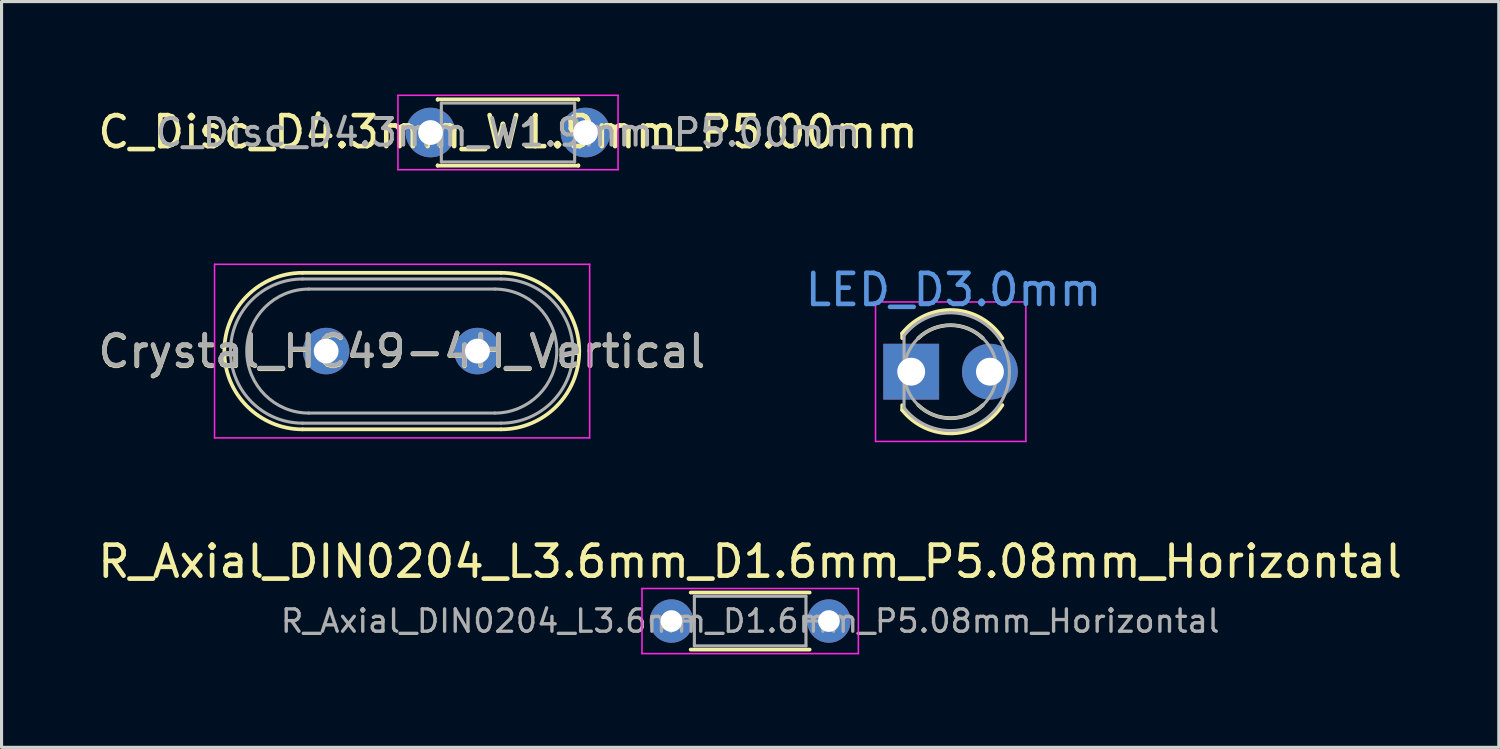
<source format=kicad_pcb>
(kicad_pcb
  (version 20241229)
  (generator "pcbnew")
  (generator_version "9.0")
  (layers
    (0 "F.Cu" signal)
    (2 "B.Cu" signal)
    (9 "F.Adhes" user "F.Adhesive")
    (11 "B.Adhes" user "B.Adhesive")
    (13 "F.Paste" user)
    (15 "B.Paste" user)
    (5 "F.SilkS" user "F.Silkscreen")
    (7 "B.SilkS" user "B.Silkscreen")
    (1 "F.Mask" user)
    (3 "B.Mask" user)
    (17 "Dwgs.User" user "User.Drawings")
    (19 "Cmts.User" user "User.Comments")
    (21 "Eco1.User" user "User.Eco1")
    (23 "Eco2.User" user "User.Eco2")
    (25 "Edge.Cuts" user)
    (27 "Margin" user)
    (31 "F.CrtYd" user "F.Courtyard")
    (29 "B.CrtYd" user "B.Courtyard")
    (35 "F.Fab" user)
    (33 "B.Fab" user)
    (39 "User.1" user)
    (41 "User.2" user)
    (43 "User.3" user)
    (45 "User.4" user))
  (footprint "Crystal_HC49-4H_Vertical"
    (layer "F.Cu")
    (at 7.471 8.275)
    (property "Reference" "Crystal_HC49-4H_Vertical" (at 2.44 0.019 0) (layer "F.SilkS") (effects (font (size 1 1) (thickness 0.15))))
    (attr through_hole)
    (fp_line (start -0.76 -2.525) (end 5.64 -2.525) (stroke (width 0.12) (type solid)) (layer "F.SilkS"))
    (fp_line (start -0.76 2.525) (end 5.64 2.525) (stroke (width 0.12) (type solid)) (layer "F.SilkS"))
    (fp_arc (start -0.76 2.525) (mid -3.285 0) (end -0.76 -2.525) (stroke (width 0.12) (type solid)) (layer "F.SilkS"))
    (fp_arc (start 5.64 -2.525) (mid 8.165 0) (end 5.64 2.525) (stroke (width 0.12) (type solid)) (layer "F.SilkS"))
    (fp_line (start -3.6 -2.8) (end -3.6 2.8) (stroke (width 0.05) (type solid)) (layer "F.CrtYd"))
    (fp_line (start -3.6 2.8) (end 8.5 2.8) (stroke (width 0.05) (type solid)) (layer "F.CrtYd"))
    (fp_line (start 8.5 -2.8) (end -3.6 -2.8) (stroke (width 0.05) (type solid)) (layer "F.CrtYd"))
    (fp_line (start 8.5 2.8) (end 8.5 -2.8) (stroke (width 0.05) (type solid)) (layer "F.CrtYd"))
    (fp_line (start -0.76 -2.325) (end 5.64 -2.325) (stroke (width 0.1) (type solid)) (layer "F.Fab"))
    (fp_line (start -0.76 2.325) (end 5.64 2.325) (stroke (width 0.1) (type solid)) (layer "F.Fab"))
    (fp_line (start -0.56 -2) (end 5.44 -2) (stroke (width 0.1) (type solid)) (layer "F.Fab"))
    (fp_line (start -0.56 2) (end 5.44 2) (stroke (width 0.1) (type solid)) (layer "F.Fab"))
    (fp_arc (start -0.76 2.325) (mid -3.085 0) (end -0.76 -2.325) (stroke (width 0.1) (type solid)) (layer "F.Fab"))
    (fp_arc (start -0.56 2) (mid -2.56 0) (end -0.56 -2) (stroke (width 0.1) (type solid)) (layer "F.Fab"))
    (fp_arc (start 5.44 -2) (mid 7.44 0) (end 5.44 2) (stroke (width 0.1) (type solid)) (layer "F.Fab"))
    (fp_arc (start 5.64 -2.325) (mid 7.965 0) (end 5.64 2.325) (stroke (width 0.1) (type solid)) (layer "F.Fab"))
    (fp_text user "${REFERENCE}" (at 2.44 0 0) (layer "F.Fab") (effects (font (size 1 1) (thickness 0.15))))
    (pad "1" thru_hole circle (at 0 0) (size 1.5 1.5) (drill 0.8) (layers "*.Cu" "*.Mask"))
    (pad "2" thru_hole circle (at 4.88 0) (size 1.5 1.5) (drill 0.8) (layers "*.Cu" "*.Mask")))
  (footprint "LED_D3.0mm"
    (layer "F.Cu")
    (at 26.343 8.94)
    (property "Reference" "LED_D3.0mm" (at 1.365 -2.642 0) (layer "Cmts.User") (effects (font (size 1 1) (thickness 0.15))))
    (attr through_hole)
    (fp_line (start -0.29 -1.236) (end -0.29 -1.08) (stroke (width 0.12) (type solid)) (layer "F.SilkS"))
    (fp_line (start -0.29 1.08) (end -0.29 1.236) (stroke (width 0.12) (type solid)) (layer "F.SilkS"))
    (fp_arc (start -0.29 -1.235516) (mid 1.366487 -1.987659) (end 2.942335 -1.078608) (stroke (width 0.12) (type solid)) (layer "F.SilkS"))
    (fp_arc (start 0.229039 -1.08) (mid 1.270117 -1.5) (end 2.31113 -1.079837) (stroke (width 0.12) (type solid)) (layer "F.SilkS"))
    (fp_arc (start 2.31113 1.079837) (mid 1.270117 1.5) (end 0.229039 1.08) (stroke (width 0.12) (type solid)) (layer "F.SilkS"))
    (fp_arc (start 2.942335 1.078608) (mid 1.366487 1.987659) (end -0.29 1.235516) (stroke (width 0.12) (type solid)) (layer "F.SilkS"))
    (fp_line (start -1.15 -2.25) (end -1.15 2.25) (stroke (width 0.05) (type solid)) (layer "F.CrtYd"))
    (fp_line (start -1.15 2.25) (end 3.7 2.25) (stroke (width 0.05) (type solid)) (layer "F.CrtYd"))
    (fp_line (start 3.7 -2.25) (end -1.15 -2.25) (stroke (width 0.05) (type solid)) (layer "F.CrtYd"))
    (fp_line (start 3.7 2.25) (end 3.7 -2.25) (stroke (width 0.05) (type solid)) (layer "F.CrtYd"))
    (fp_line (start -0.23 -1.166) (end -0.23 1.166) (stroke (width 0.1) (type solid)) (layer "F.Fab"))
    (fp_arc (start -0.23 -1.16619) (mid 3.17 0.000452) (end -0.230555 1.165476) (stroke (width 0.1) (type solid)) (layer "F.Fab"))
    (fp_circle (center 1.27 0) (end 2.77 0) (stroke (width 0.1) (type solid)) (fill no) (layer "F.Fab"))
    (pad "1" thru_hole rect (at 0 0) (size 1.8 1.8) (drill 0.9) (layers "*.Cu" "*.Mask"))
    (pad "2" thru_hole circle (at 2.54 0) (size 1.8 1.8) (drill 0.9) (layers "*.Cu" "*.Mask")))
  (footprint "R_Axial_DIN0204_L3.6mm_D1.6mm_P5.08mm_Horizontal"
    (layer "F.Cu")
    (at 18.609 16.984)
    (property "Reference" "R_Axial_DIN0204_L3.6mm_D1.6mm_P5.08mm_Horizontal" (at 2.54 -1.92 0) (layer "F.SilkS") (effects (font (size 1 1) (thickness 0.15))))
    (attr through_hole)
    (fp_line (start 0.62 -0.92) (end 4.46 -0.92) (stroke (width 0.12) (type solid)) (layer "F.SilkS"))
    (fp_line (start 0.62 0.92) (end 4.46 0.92) (stroke (width 0.12) (type solid)) (layer "F.SilkS"))
    (fp_line (start -0.95 -1.05) (end -0.95 1.05) (stroke (width 0.05) (type solid)) (layer "F.CrtYd"))
    (fp_line (start -0.95 1.05) (end 6.03 1.05) (stroke (width 0.05) (type solid)) (layer "F.CrtYd"))
    (fp_line (start 6.03 -1.05) (end -0.95 -1.05) (stroke (width 0.05) (type solid)) (layer "F.CrtYd"))
    (fp_line (start 6.03 1.05) (end 6.03 -1.05) (stroke (width 0.05) (type solid)) (layer "F.CrtYd"))
    (fp_line (start 0 0) (end 0.74 0) (stroke (width 0.1) (type solid)) (layer "F.Fab"))
    (fp_line (start 0.74 -0.8) (end 0.74 0.8) (stroke (width 0.1) (type solid)) (layer "F.Fab"))
    (fp_line (start 0.74 0.8) (end 4.34 0.8) (stroke (width 0.1) (type solid)) (layer "F.Fab"))
    (fp_line (start 4.34 -0.8) (end 0.74 -0.8) (stroke (width 0.1) (type solid)) (layer "F.Fab"))
    (fp_line (start 4.34 0.8) (end 4.34 -0.8) (stroke (width 0.1) (type solid)) (layer "F.Fab"))
    (fp_line (start 5.08 0) (end 4.34 0) (stroke (width 0.1) (type solid)) (layer "F.Fab"))
    (fp_text user "${REFERENCE}" (at 2.54 0 0) (layer "F.Fab") (effects (font (size 0.72 0.72) (thickness 0.108))))
    (pad "1" thru_hole circle (at 0 0) (size 1.4 1.4) (drill 0.7) (layers "*.Cu" "*.Mask"))
    (pad "2" thru_hole oval (at 5.08 0) (size 1.4 1.4) (drill 0.7) (layers "*.Cu" "*.Mask")))
  (footprint "C_Disc_D4.3mm_W1.9mm_P5.00mm"
    (layer "F.Cu")
    (at 10.837 1.225)
    (property "Reference" "C_Disc_D4.3mm_W1.9mm_P5.00mm" (at 2.502 -0.017 0) (layer "F.SilkS") (effects (font (size 1 1) (thickness 0.15))))
    (attr through_hole)
    (fp_line (start 0.23 -1.07) (end 0.23 -1.055) (stroke (width 0.12) (type solid)) (layer "F.SilkS"))
    (fp_line (start 0.23 -1.07) (end 4.77 -1.07) (stroke (width 0.12) (type solid)) (layer "F.SilkS"))
    (fp_line (start 0.23 1.055) (end 0.23 1.07) (stroke (width 0.12) (type solid)) (layer "F.SilkS"))
    (fp_line (start 0.23 1.07) (end 4.77 1.07) (stroke (width 0.12) (type solid)) (layer "F.SilkS"))
    (fp_line (start 4.77 -1.07) (end 4.77 -1.055) (stroke (width 0.12) (type solid)) (layer "F.SilkS"))
    (fp_line (start 4.77 1.055) (end 4.77 1.07) (stroke (width 0.12) (type solid)) (layer "F.SilkS"))
    (fp_line (start -1.05 -1.2) (end -1.05 1.2) (stroke (width 0.05) (type solid)) (layer "F.CrtYd"))
    (fp_line (start -1.05 1.2) (end 6.05 1.2) (stroke (width 0.05) (type solid)) (layer "F.CrtYd"))
    (fp_line (start 6.05 -1.2) (end -1.05 -1.2) (stroke (width 0.05) (type solid)) (layer "F.CrtYd"))
    (fp_line (start 6.05 1.2) (end 6.05 -1.2) (stroke (width 0.05) (type solid)) (layer "F.CrtYd"))
    (fp_line (start 0.35 -0.95) (end 0.35 0.95) (stroke (width 0.1) (type solid)) (layer "F.Fab"))
    (fp_line (start 0.35 0.95) (end 4.65 0.95) (stroke (width 0.1) (type solid)) (layer "F.Fab"))
    (fp_line (start 4.65 -0.95) (end 0.35 -0.95) (stroke (width 0.1) (type solid)) (layer "F.Fab"))
    (fp_line (start 4.65 0.95) (end 4.65 -0.95) (stroke (width 0.1) (type solid)) (layer "F.Fab"))
    (fp_text user "${REFERENCE}" (at 2.5 0 0) (layer "F.Fab") (effects (font (size 0.86 0.86) (thickness 0.129))))
    (pad "1" thru_hole circle (at 0 0) (size 1.6 1.6) (drill 0.8) (layers "*.Cu" "*.Mask"))
    (pad "2" thru_hole circle (at 5 0) (size 1.6 1.6) (drill 0.8) (layers "*.Cu" "*.Mask")))
  (gr_rect
    (start -3 -3)
    (end 45.298 21.059)
    (stroke (width 0.1) (type default))
    (fill no)
    (layer "Edge.Cuts")))
</source>
